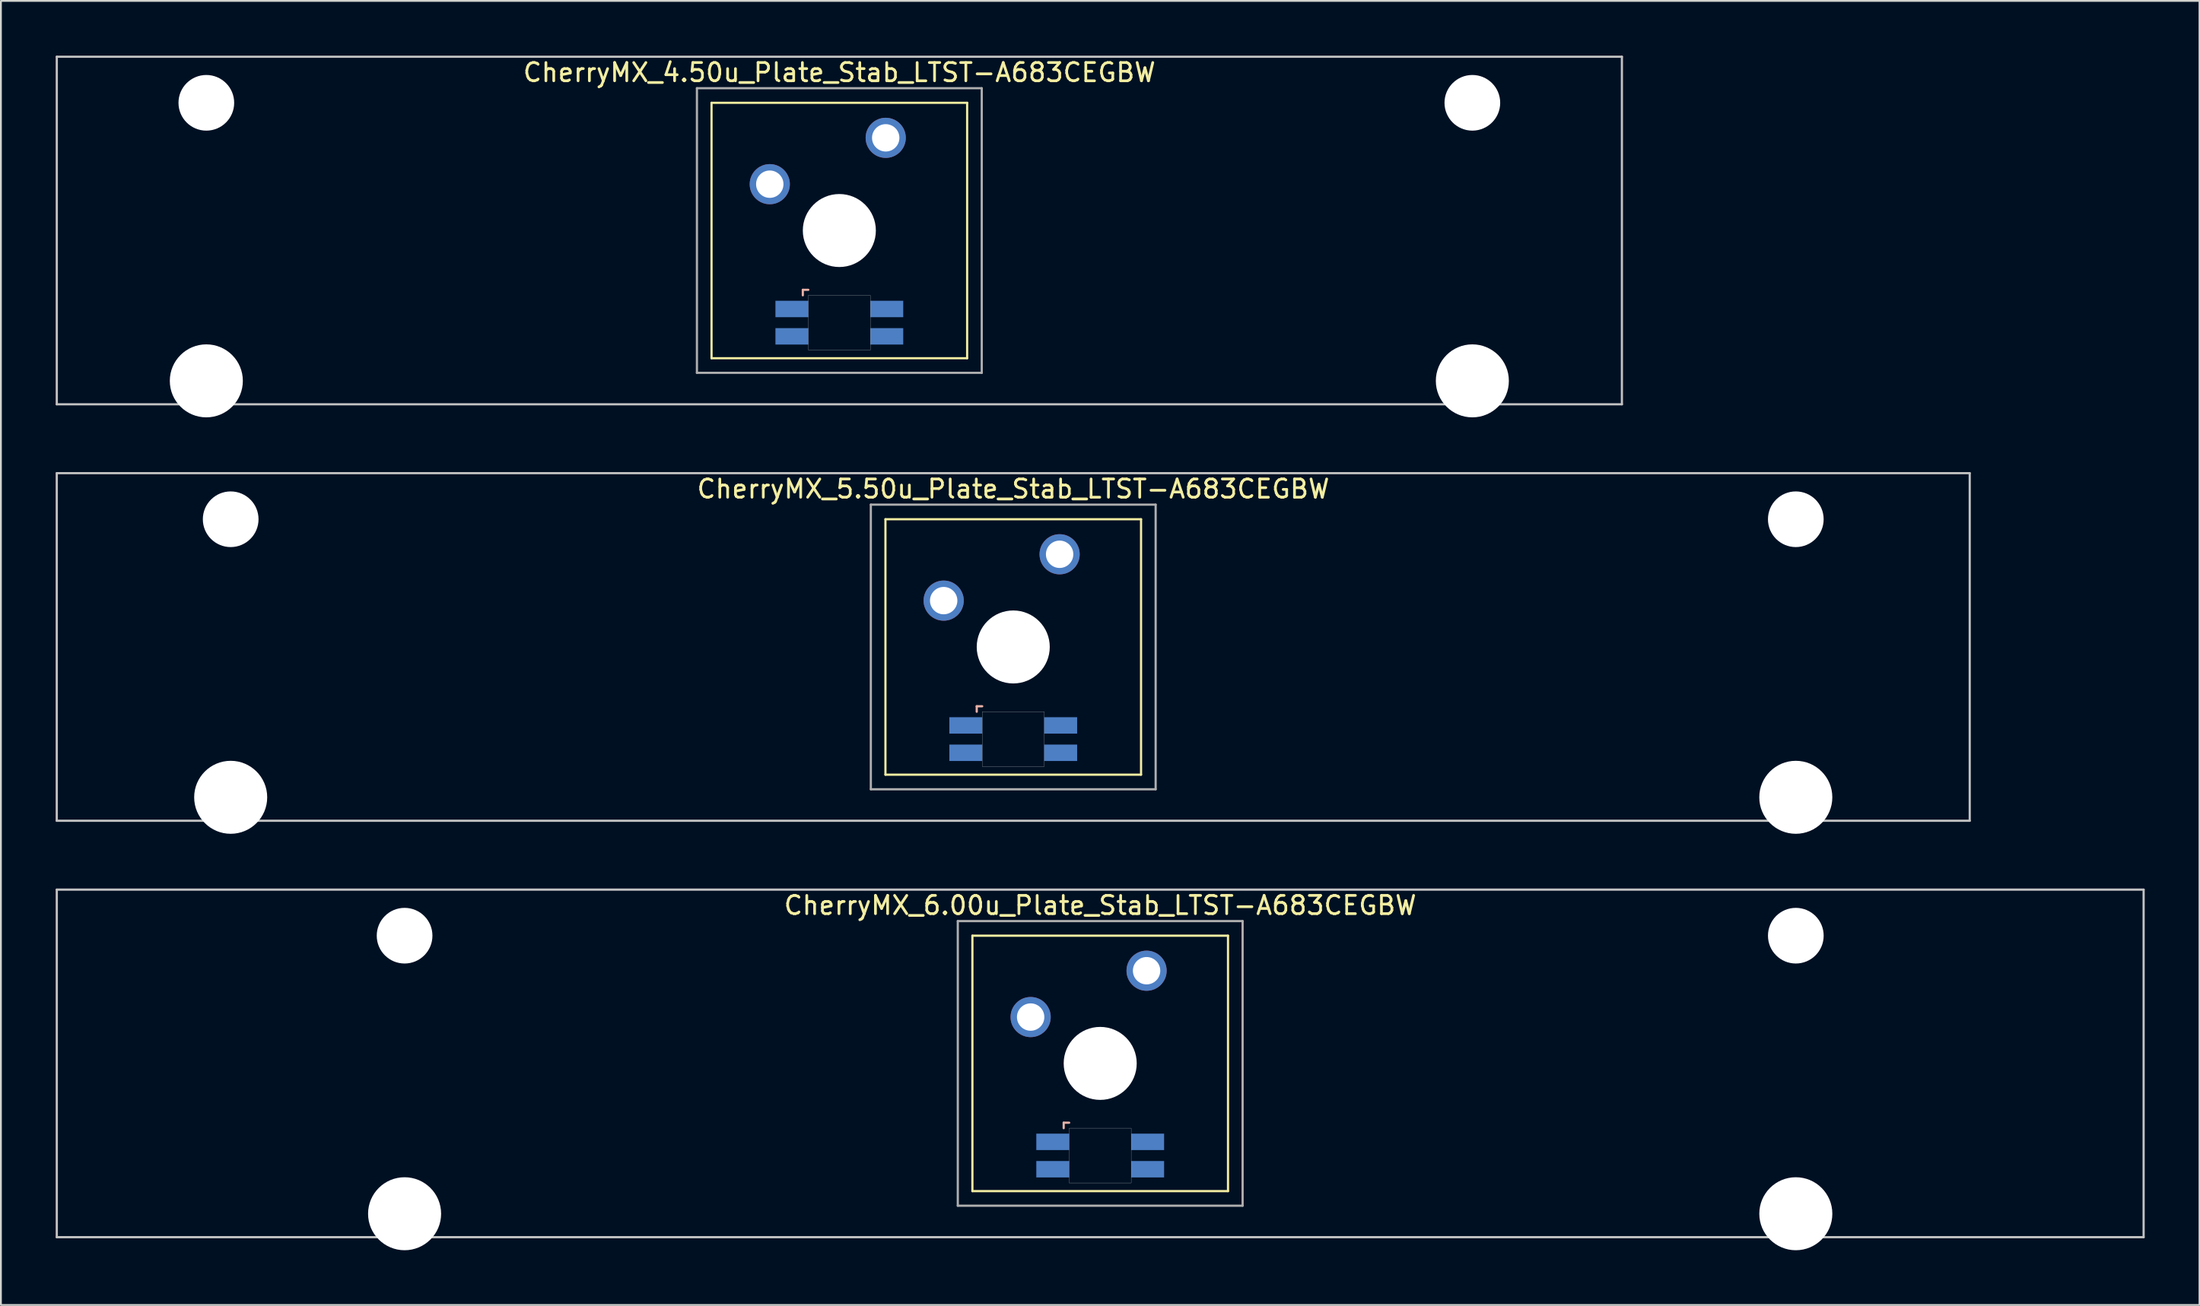
<source format=kicad_pcb>
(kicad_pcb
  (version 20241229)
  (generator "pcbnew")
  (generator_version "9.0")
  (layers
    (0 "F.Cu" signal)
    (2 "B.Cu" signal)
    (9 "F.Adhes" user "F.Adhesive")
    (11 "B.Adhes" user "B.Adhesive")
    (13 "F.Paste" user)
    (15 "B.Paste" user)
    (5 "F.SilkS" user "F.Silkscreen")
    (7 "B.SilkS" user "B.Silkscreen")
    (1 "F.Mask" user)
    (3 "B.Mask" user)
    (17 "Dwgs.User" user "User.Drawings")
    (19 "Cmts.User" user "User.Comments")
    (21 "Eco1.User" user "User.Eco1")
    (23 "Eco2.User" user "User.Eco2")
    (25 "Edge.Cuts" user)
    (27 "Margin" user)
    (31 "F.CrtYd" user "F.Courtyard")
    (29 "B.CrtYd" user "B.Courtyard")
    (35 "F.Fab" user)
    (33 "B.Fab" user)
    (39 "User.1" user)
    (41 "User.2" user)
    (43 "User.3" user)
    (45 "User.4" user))
  (footprint "CherryMX_5.50u_Plate_Stab_LTST-A683CEGBW"
    (layer "F.Cu")
    (at 52.447 32.41)
    (property "Reference" "CherryMX_5.50u_Plate_Stab_LTST-A683CEGBW" (at 0 -8.662 0) (layer "F.SilkS") (effects (font (size 1 1) (thickness 0.15))))
    (attr through_hole)
    (fp_line (start -7 -7) (end -7 7) (stroke (width 0.12) (type solid)) (layer "F.SilkS"))
    (fp_line (start -7 -7) (end 7 -7) (stroke (width 0.12) (type solid)) (layer "F.SilkS"))
    (fp_line (start 7 -7) (end 7 7) (stroke (width 0.12) (type solid)) (layer "F.SilkS"))
    (fp_line (start 7 7) (end -7 7) (stroke (width 0.12) (type solid)) (layer "F.SilkS"))
    (fp_line (start -2 3.25) (end -2 3.55) (stroke (width 0.12) (type solid)) (layer "B.SilkS"))
    (fp_line (start -1.7 3.25) (end -2 3.25) (stroke (width 0.12) (type solid)) (layer "B.SilkS"))
    (fp_line (start -52.388 -9.525) (end 52.388 -9.525) (stroke (width 0.12) (type solid)) (layer "Dwgs.User"))
    (fp_line (start -52.388 9.525) (end -52.388 -9.525) (stroke (width 0.12) (type solid)) (layer "Dwgs.User"))
    (fp_line (start 52.388 -9.525) (end 52.388 9.525) (stroke (width 0.12) (type solid)) (layer "Dwgs.User"))
    (fp_line (start 52.388 9.525) (end -52.388 9.525) (stroke (width 0.12) (type solid)) (layer "Dwgs.User"))
    (fp_poly (pts (xy 1.7 6.55) (xy -1.7 6.55) (xy -1.7 3.55) (xy 1.7 3.55)) (stroke (width 0.01) (type solid)) (fill no) (layer "Edge.Cuts"))
    (fp_line (start -7.8 -7.8) (end -7.8 7.8) (stroke (width 0.12) (type solid)) (layer "F.Fab"))
    (fp_line (start -7.8 -7.8) (end 7.8 -7.8) (stroke (width 0.12) (type solid)) (layer "F.Fab"))
    (fp_line (start -7.8 7.8) (end 7.8 7.8) (stroke (width 0.12) (type solid)) (layer "F.Fab"))
    (fp_line (start 7.8 -7.8) (end 7.8 7.8) (stroke (width 0.12) (type solid)) (layer "F.Fab"))
    (pad "" np_thru_hole circle (at -42.862 -7) (size 3.05 3.05) (drill 3.05) (layers "*.Cu" "*.Mask"))
    (pad "" np_thru_hole circle (at -42.862 8.24) (size 4 4) (drill 4) (layers "*.Cu" "*.Mask"))
    (pad "" np_thru_hole circle (at 0 0) (size 4 4) (drill 4) (layers "*.Cu" "*.Mask"))
    (pad "" np_thru_hole circle (at 42.862 -7) (size 3.05 3.05) (drill 3.05) (layers "*.Cu" "*.Mask"))
    (pad "" np_thru_hole circle (at 42.862 8.24) (size 4 4) (drill 4) (layers "*.Cu" "*.Mask"))
    (pad "1" thru_hole circle (at -3.81 -2.54) (size 2.2 2.2) (drill 1.5) (layers "*.Cu" "*.Mask"))
    (pad "2" thru_hole circle (at 2.54 -5.08) (size 2.2 2.2) (drill 1.5) (layers "*.Cu" "*.Mask"))
    (pad "3" smd rect (at -2.6 4.3) (size 1.8 0.9) (layers "B.Cu" "B.Mask" "B.Paste"))
    (pad "4" smd rect (at -2.6 5.8) (size 1.8 0.9) (layers "B.Cu" "B.Mask" "B.Paste"))
    (pad "5" smd rect (at 2.6 4.3) (size 1.8 0.9) (layers "B.Cu" "B.Mask" "B.Paste"))
    (pad "6" smd rect (at 2.6 5.8) (size 1.8 0.9) (layers "B.Cu" "B.Mask" "B.Paste")))
  (footprint "CherryMX_4.50u_Plate_Stab_LTST-A683CEGBW"
    (layer "F.Cu")
    (at 42.922 9.585)
    (property "Reference" "CherryMX_4.50u_Plate_Stab_LTST-A683CEGBW" (at 0 -8.662 0) (layer "F.SilkS") (effects (font (size 1 1) (thickness 0.15))))
    (attr through_hole)
    (fp_line (start -7 -7) (end -7 7) (stroke (width 0.12) (type solid)) (layer "F.SilkS"))
    (fp_line (start -7 -7) (end 7 -7) (stroke (width 0.12) (type solid)) (layer "F.SilkS"))
    (fp_line (start 7 -7) (end 7 7) (stroke (width 0.12) (type solid)) (layer "F.SilkS"))
    (fp_line (start 7 7) (end -7 7) (stroke (width 0.12) (type solid)) (layer "F.SilkS"))
    (fp_line (start -2 3.25) (end -2 3.55) (stroke (width 0.12) (type solid)) (layer "B.SilkS"))
    (fp_line (start -1.7 3.25) (end -2 3.25) (stroke (width 0.12) (type solid)) (layer "B.SilkS"))
    (fp_line (start -42.862 -9.525) (end 42.862 -9.525) (stroke (width 0.12) (type solid)) (layer "Dwgs.User"))
    (fp_line (start -42.862 9.525) (end -42.862 -9.525) (stroke (width 0.12) (type solid)) (layer "Dwgs.User"))
    (fp_line (start 42.862 -9.525) (end 42.862 9.525) (stroke (width 0.12) (type solid)) (layer "Dwgs.User"))
    (fp_line (start 42.862 9.525) (end -42.862 9.525) (stroke (width 0.12) (type solid)) (layer "Dwgs.User"))
    (fp_poly (pts (xy 1.7 6.55) (xy -1.7 6.55) (xy -1.7 3.55) (xy 1.7 3.55)) (stroke (width 0.01) (type solid)) (fill no) (layer "Edge.Cuts"))
    (fp_line (start -7.8 -7.8) (end -7.8 7.8) (stroke (width 0.12) (type solid)) (layer "F.Fab"))
    (fp_line (start -7.8 -7.8) (end 7.8 -7.8) (stroke (width 0.12) (type solid)) (layer "F.Fab"))
    (fp_line (start -7.8 7.8) (end 7.8 7.8) (stroke (width 0.12) (type solid)) (layer "F.Fab"))
    (fp_line (start 7.8 -7.8) (end 7.8 7.8) (stroke (width 0.12) (type solid)) (layer "F.Fab"))
    (pad "" np_thru_hole circle (at -34.671 -7) (size 3.05 3.05) (drill 3.05) (layers "*.Cu" "*.Mask"))
    (pad "" np_thru_hole circle (at -34.671 8.24) (size 4 4) (drill 4) (layers "*.Cu" "*.Mask"))
    (pad "" np_thru_hole circle (at 0 0) (size 4 4) (drill 4) (layers "*.Cu" "*.Mask"))
    (pad "" np_thru_hole circle (at 34.671 -7) (size 3.05 3.05) (drill 3.05) (layers "*.Cu" "*.Mask"))
    (pad "" np_thru_hole circle (at 34.671 8.24) (size 4 4) (drill 4) (layers "*.Cu" "*.Mask"))
    (pad "1" thru_hole circle (at -3.81 -2.54) (size 2.2 2.2) (drill 1.5) (layers "*.Cu" "*.Mask"))
    (pad "2" thru_hole circle (at 2.54 -5.08) (size 2.2 2.2) (drill 1.5) (layers "*.Cu" "*.Mask"))
    (pad "3" smd rect (at -2.6 4.3) (size 1.8 0.9) (layers "B.Cu" "B.Mask" "B.Paste"))
    (pad "4" smd rect (at -2.6 5.8) (size 1.8 0.9) (layers "B.Cu" "B.Mask" "B.Paste"))
    (pad "5" smd rect (at 2.6 4.3) (size 1.8 0.9) (layers "B.Cu" "B.Mask" "B.Paste"))
    (pad "6" smd rect (at 2.6 5.8) (size 1.8 0.9) (layers "B.Cu" "B.Mask" "B.Paste")))
  (footprint "CherryMX_6.00u_Plate_Stab_LTST-A683CEGBW"
    (layer "F.Cu")
    (at 57.21 55.235)
    (property "Reference" "CherryMX_6.00u_Plate_Stab_LTST-A683CEGBW" (at 0 -8.662 0) (layer "F.SilkS") (effects (font (size 1 1) (thickness 0.15))))
    (attr through_hole)
    (fp_line (start -7 -7) (end -7 7) (stroke (width 0.12) (type solid)) (layer "F.SilkS"))
    (fp_line (start -7 -7) (end 7 -7) (stroke (width 0.12) (type solid)) (layer "F.SilkS"))
    (fp_line (start 7 -7) (end 7 7) (stroke (width 0.12) (type solid)) (layer "F.SilkS"))
    (fp_line (start 7 7) (end -7 7) (stroke (width 0.12) (type solid)) (layer "F.SilkS"))
    (fp_line (start -2 3.25) (end -2 3.55) (stroke (width 0.12) (type solid)) (layer "B.SilkS"))
    (fp_line (start -1.7 3.25) (end -2 3.25) (stroke (width 0.12) (type solid)) (layer "B.SilkS"))
    (fp_line (start -57.15 -9.525) (end 57.15 -9.525) (stroke (width 0.12) (type solid)) (layer "Dwgs.User"))
    (fp_line (start -57.15 9.525) (end -57.15 -9.525) (stroke (width 0.12) (type solid)) (layer "Dwgs.User"))
    (fp_line (start 57.15 -9.525) (end 57.15 9.525) (stroke (width 0.12) (type solid)) (layer "Dwgs.User"))
    (fp_line (start 57.15 9.525) (end -57.15 9.525) (stroke (width 0.12) (type solid)) (layer "Dwgs.User"))
    (fp_poly (pts (xy 1.7 6.55) (xy -1.7 6.55) (xy -1.7 3.55) (xy 1.7 3.55)) (stroke (width 0.01) (type solid)) (fill no) (layer "Edge.Cuts"))
    (fp_line (start -7.8 -7.8) (end -7.8 7.8) (stroke (width 0.12) (type solid)) (layer "F.Fab"))
    (fp_line (start -7.8 -7.8) (end 7.8 -7.8) (stroke (width 0.12) (type solid)) (layer "F.Fab"))
    (fp_line (start -7.8 7.8) (end 7.8 7.8) (stroke (width 0.12) (type solid)) (layer "F.Fab"))
    (fp_line (start 7.8 -7.8) (end 7.8 7.8) (stroke (width 0.12) (type solid)) (layer "F.Fab"))
    (pad "" np_thru_hole circle (at -38.1 -7) (size 3.05 3.05) (drill 3.05) (layers "*.Cu" "*.Mask"))
    (pad "" np_thru_hole circle (at -38.1 8.24) (size 4 4) (drill 4) (layers "*.Cu" "*.Mask"))
    (pad "" np_thru_hole circle (at 0 0) (size 4 4) (drill 4) (layers "*.Cu" "*.Mask"))
    (pad "" np_thru_hole circle (at 38.1 -7) (size 3.05 3.05) (drill 3.05) (layers "*.Cu" "*.Mask"))
    (pad "" np_thru_hole circle (at 38.1 8.24) (size 4 4) (drill 4) (layers "*.Cu" "*.Mask"))
    (pad "1" thru_hole circle (at -3.81 -2.54) (size 2.2 2.2) (drill 1.5) (layers "*.Cu" "*.Mask"))
    (pad "2" thru_hole circle (at 2.54 -5.08) (size 2.2 2.2) (drill 1.5) (layers "*.Cu" "*.Mask"))
    (pad "3" smd rect (at -2.6 4.3) (size 1.8 0.9) (layers "B.Cu" "B.Mask" "B.Paste"))
    (pad "4" smd rect (at -2.6 5.8) (size 1.8 0.9) (layers "B.Cu" "B.Mask" "B.Paste"))
    (pad "5" smd rect (at 2.6 4.3) (size 1.8 0.9) (layers "B.Cu" "B.Mask" "B.Paste"))
    (pad "6" smd rect (at 2.6 5.8) (size 1.8 0.9) (layers "B.Cu" "B.Mask" "B.Paste")))
  (gr_rect
    (start -3 -3)
    (end 117.42 68.475)
    (stroke (width 0.1) (type default))
    (fill no)
    (layer "Edge.Cuts")))
</source>
